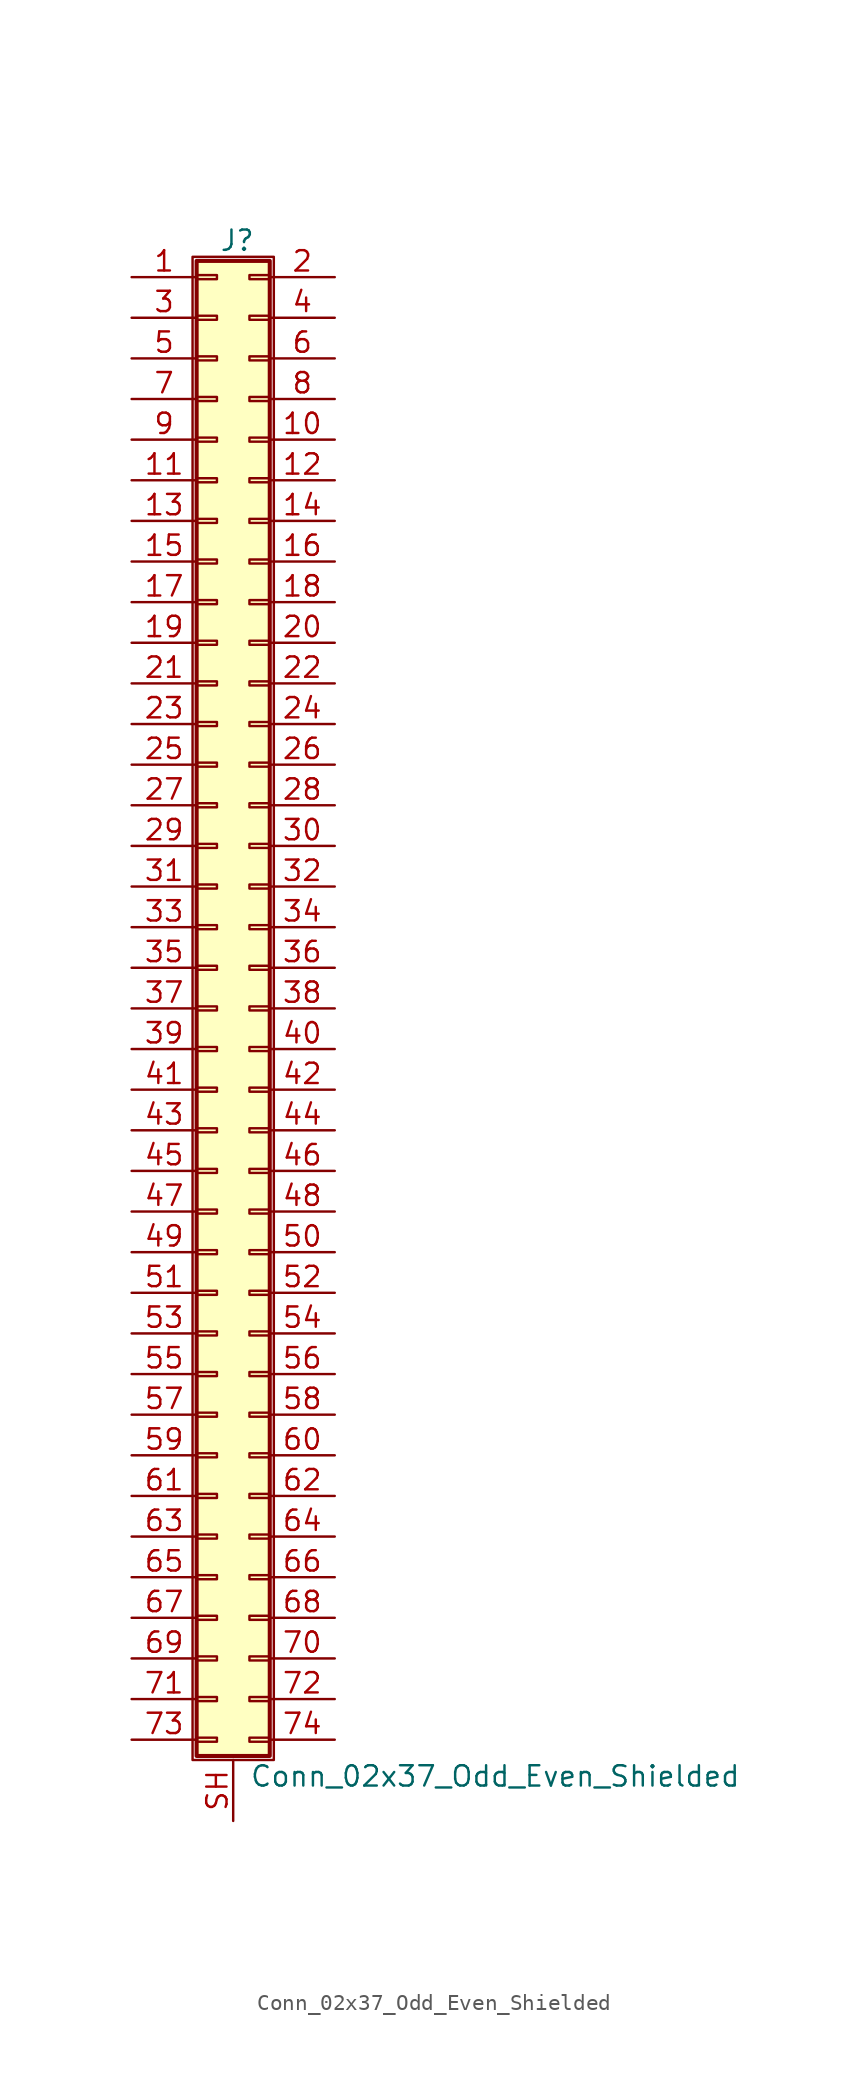
<source format=kicad_sym>
(kicad_symbol_lib
  (version 20211014)
  (generator kicad_symbol_editor)
  (symbol "Conn_02x37_Odd_Even_Shielded"
    (pin_names
      (offset 1.016) hide)
    (property "Reference" "J"
      (at 1.524 48.006 0)
      (effects (font (size 1.27 1.27))))
    (property "Value" "Conn_02x37_Odd_Even_Shielded"
      (at 2.286 -48.006 0)
      (effects (font (size 1.27 1.27)) (justify left)))
    (symbol "Conn_02x37_Odd_Even_Shielded_1_1"
      (rectangle (start -1.27 46.99) (end 3.81 -46.99) (stroke (width 0.152) (type default) (color 0 0 0 0)) (fill (type none)))
      (rectangle (start -1.016 -45.593) (end 0.254 -45.847) (stroke (width 0.152) (type default) (color 0 0 0 0)) (fill (type none)))
      (rectangle (start -1.016 -43.053) (end 0.254 -43.307) (stroke (width 0.152) (type default) (color 0 0 0 0)) (fill (type none)))
      (rectangle (start -1.016 -40.513) (end 0.254 -40.767) (stroke (width 0.152) (type default) (color 0 0 0 0)) (fill (type none)))
      (rectangle (start -1.016 -37.973) (end 0.254 -38.227) (stroke (width 0.152) (type default) (color 0 0 0 0)) (fill (type none)))
      (rectangle (start -1.016 -35.433) (end 0.254 -35.687) (stroke (width 0.152) (type default) (color 0 0 0 0)) (fill (type none)))
      (rectangle (start -1.016 -32.893) (end 0.254 -33.147) (stroke (width 0.152) (type default) (color 0 0 0 0)) (fill (type none)))
      (rectangle (start -1.016 -30.353) (end 0.254 -30.607) (stroke (width 0.152) (type default) (color 0 0 0 0)) (fill (type none)))
      (rectangle (start -1.016 -27.813) (end 0.254 -28.067) (stroke (width 0.152) (type default) (color 0 0 0 0)) (fill (type none)))
      (rectangle (start -1.016 -25.273) (end 0.254 -25.527) (stroke (width 0.152) (type default) (color 0 0 0 0)) (fill (type none)))
      (rectangle (start -1.016 -22.733) (end 0.254 -22.987) (stroke (width 0.152) (type default) (color 0 0 0 0)) (fill (type none)))
      (rectangle (start -1.016 -20.193) (end 0.254 -20.447) (stroke (width 0.152) (type default) (color 0 0 0 0)) (fill (type none)))
      (rectangle (start -1.016 -17.653) (end 0.254 -17.907) (stroke (width 0.152) (type default) (color 0 0 0 0)) (fill (type none)))
      (rectangle (start -1.016 -15.113) (end 0.254 -15.367) (stroke (width 0.152) (type default) (color 0 0 0 0)) (fill (type none)))
      (rectangle (start -1.016 -12.573) (end 0.254 -12.827) (stroke (width 0.152) (type default) (color 0 0 0 0)) (fill (type none)))
      (rectangle (start -1.016 -10.033) (end 0.254 -10.287) (stroke (width 0.152) (type default) (color 0 0 0 0)) (fill (type none)))
      (rectangle (start -1.016 -7.493) (end 0.254 -7.747) (stroke (width 0.152) (type default) (color 0 0 0 0)) (fill (type none)))
      (rectangle (start -1.016 -4.953) (end 0.254 -5.207) (stroke (width 0.152) (type default) (color 0 0 0 0)) (fill (type none)))
      (rectangle (start -1.016 -2.413) (end 0.254 -2.667) (stroke (width 0.152) (type default) (color 0 0 0 0)) (fill (type none)))
      (rectangle (start -1.016 0.127) (end 0.254 -0.127) (stroke (width 0.152) (type default) (color 0 0 0 0)) (fill (type none)))
      (rectangle (start -1.016 2.667) (end 0.254 2.413) (stroke (width 0.152) (type default) (color 0 0 0 0)) (fill (type none)))
      (rectangle (start -1.016 5.207) (end 0.254 4.953) (stroke (width 0.152) (type default) (color 0 0 0 0)) (fill (type none)))
      (rectangle (start -1.016 7.747) (end 0.254 7.493) (stroke (width 0.152) (type default) (color 0 0 0 0)) (fill (type none)))
      (rectangle (start -1.016 10.287) (end 0.254 10.033) (stroke (width 0.152) (type default) (color 0 0 0 0)) (fill (type none)))
      (rectangle (start -1.016 12.827) (end 0.254 12.573) (stroke (width 0.152) (type default) (color 0 0 0 0)) (fill (type none)))
      (rectangle (start -1.016 15.367) (end 0.254 15.113) (stroke (width 0.152) (type default) (color 0 0 0 0)) (fill (type none)))
      (rectangle (start -1.016 17.907) (end 0.254 17.653) (stroke (width 0.152) (type default) (color 0 0 0 0)) (fill (type none)))
      (rectangle (start -1.016 20.447) (end 0.254 20.193) (stroke (width 0.152) (type default) (color 0 0 0 0)) (fill (type none)))
      (rectangle (start -1.016 22.987) (end 0.254 22.733) (stroke (width 0.152) (type default) (color 0 0 0 0)) (fill (type none)))
      (rectangle (start -1.016 25.527) (end 0.254 25.273) (stroke (width 0.152) (type default) (color 0 0 0 0)) (fill (type none)))
      (rectangle (start -1.016 28.067) (end 0.254 27.813) (stroke (width 0.152) (type default) (color 0 0 0 0)) (fill (type none)))
      (rectangle (start -1.016 30.607) (end 0.254 30.353) (stroke (width 0.152) (type default) (color 0 0 0 0)) (fill (type none)))
      (rectangle (start -1.016 33.147) (end 0.254 32.893) (stroke (width 0.152) (type default) (color 0 0 0 0)) (fill (type none)))
      (rectangle (start -1.016 35.687) (end 0.254 35.433) (stroke (width 0.152) (type default) (color 0 0 0 0)) (fill (type none)))
      (rectangle (start -1.016 38.227) (end 0.254 37.973) (stroke (width 0.152) (type default) (color 0 0 0 0)) (fill (type none)))
      (rectangle (start -1.016 40.767) (end 0.254 40.513) (stroke (width 0.152) (type default) (color 0 0 0 0)) (fill (type none)))
      (rectangle (start -1.016 43.307) (end 0.254 43.053) (stroke (width 0.152) (type default) (color 0 0 0 0)) (fill (type none)))
      (rectangle (start -1.016 45.847) (end 0.254 45.593) (stroke (width 0.152) (type default) (color 0 0 0 0)) (fill (type none)))
      (rectangle (start -1.016 46.736) (end 3.556 -46.736) (stroke (width 0.254) (type default) (color 0 0 0 0)) (fill (type background)))
      (rectangle (start 3.556 -45.593) (end 2.286 -45.847) (stroke (width 0.152) (type default) (color 0 0 0 0)) (fill (type none)))
      (rectangle (start 3.556 -43.053) (end 2.286 -43.307) (stroke (width 0.152) (type default) (color 0 0 0 0)) (fill (type none)))
      (rectangle (start 3.556 -40.513) (end 2.286 -40.767) (stroke (width 0.152) (type default) (color 0 0 0 0)) (fill (type none)))
      (rectangle (start 3.556 -37.973) (end 2.286 -38.227) (stroke (width 0.152) (type default) (color 0 0 0 0)) (fill (type none)))
      (rectangle (start 3.556 -35.433) (end 2.286 -35.687) (stroke (width 0.152) (type default) (color 0 0 0 0)) (fill (type none)))
      (rectangle (start 3.556 -32.893) (end 2.286 -33.147) (stroke (width 0.152) (type default) (color 0 0 0 0)) (fill (type none)))
      (rectangle (start 3.556 -30.353) (end 2.286 -30.607) (stroke (width 0.152) (type default) (color 0 0 0 0)) (fill (type none)))
      (rectangle (start 3.556 -27.813) (end 2.286 -28.067) (stroke (width 0.152) (type default) (color 0 0 0 0)) (fill (type none)))
      (rectangle (start 3.556 -25.273) (end 2.286 -25.527) (stroke (width 0.152) (type default) (color 0 0 0 0)) (fill (type none)))
      (rectangle (start 3.556 -22.733) (end 2.286 -22.987) (stroke (width 0.152) (type default) (color 0 0 0 0)) (fill (type none)))
      (rectangle (start 3.556 -20.193) (end 2.286 -20.447) (stroke (width 0.152) (type default) (color 0 0 0 0)) (fill (type none)))
      (rectangle (start 3.556 -17.653) (end 2.286 -17.907) (stroke (width 0.152) (type default) (color 0 0 0 0)) (fill (type none)))
      (rectangle (start 3.556 -15.113) (end 2.286 -15.367) (stroke (width 0.152) (type default) (color 0 0 0 0)) (fill (type none)))
      (rectangle (start 3.556 -12.573) (end 2.286 -12.827) (stroke (width 0.152) (type default) (color 0 0 0 0)) (fill (type none)))
      (rectangle (start 3.556 -10.033) (end 2.286 -10.287) (stroke (width 0.152) (type default) (color 0 0 0 0)) (fill (type none)))
      (rectangle (start 3.556 -7.493) (end 2.286 -7.747) (stroke (width 0.152) (type default) (color 0 0 0 0)) (fill (type none)))
      (rectangle (start 3.556 -4.953) (end 2.286 -5.207) (stroke (width 0.152) (type default) (color 0 0 0 0)) (fill (type none)))
      (rectangle (start 3.556 -2.413) (end 2.286 -2.667) (stroke (width 0.152) (type default) (color 0 0 0 0)) (fill (type none)))
      (rectangle (start 3.556 0.127) (end 2.286 -0.127) (stroke (width 0.152) (type default) (color 0 0 0 0)) (fill (type none)))
      (rectangle (start 3.556 2.667) (end 2.286 2.413) (stroke (width 0.152) (type default) (color 0 0 0 0)) (fill (type none)))
      (rectangle (start 3.556 5.207) (end 2.286 4.953) (stroke (width 0.152) (type default) (color 0 0 0 0)) (fill (type none)))
      (rectangle (start 3.556 7.747) (end 2.286 7.493) (stroke (width 0.152) (type default) (color 0 0 0 0)) (fill (type none)))
      (rectangle (start 3.556 10.287) (end 2.286 10.033) (stroke (width 0.152) (type default) (color 0 0 0 0)) (fill (type none)))
      (rectangle (start 3.556 12.827) (end 2.286 12.573) (stroke (width 0.152) (type default) (color 0 0 0 0)) (fill (type none)))
      (rectangle (start 3.556 15.367) (end 2.286 15.113) (stroke (width 0.152) (type default) (color 0 0 0 0)) (fill (type none)))
      (rectangle (start 3.556 17.907) (end 2.286 17.653) (stroke (width 0.152) (type default) (color 0 0 0 0)) (fill (type none)))
      (rectangle (start 3.556 20.447) (end 2.286 20.193) (stroke (width 0.152) (type default) (color 0 0 0 0)) (fill (type none)))
      (rectangle (start 3.556 22.987) (end 2.286 22.733) (stroke (width 0.152) (type default) (color 0 0 0 0)) (fill (type none)))
      (rectangle (start 3.556 25.527) (end 2.286 25.273) (stroke (width 0.152) (type default) (color 0 0 0 0)) (fill (type none)))
      (rectangle (start 3.556 28.067) (end 2.286 27.813) (stroke (width 0.152) (type default) (color 0 0 0 0)) (fill (type none)))
      (rectangle (start 3.556 30.607) (end 2.286 30.353) (stroke (width 0.152) (type default) (color 0 0 0 0)) (fill (type none)))
      (rectangle (start 3.556 33.147) (end 2.286 32.893) (stroke (width 0.152) (type default) (color 0 0 0 0)) (fill (type none)))
      (rectangle (start 3.556 35.687) (end 2.286 35.433) (stroke (width 0.152) (type default) (color 0 0 0 0)) (fill (type none)))
      (rectangle (start 3.556 38.227) (end 2.286 37.973) (stroke (width 0.152) (type default) (color 0 0 0 0)) (fill (type none)))
      (rectangle (start 3.556 40.767) (end 2.286 40.513) (stroke (width 0.152) (type default) (color 0 0 0 0)) (fill (type none)))
      (rectangle (start 3.556 43.307) (end 2.286 43.053) (stroke (width 0.152) (type default) (color 0 0 0 0)) (fill (type none)))
      (rectangle (start 3.556 45.847) (end 2.286 45.593) (stroke (width 0.152) (type default) (color 0 0 0 0)) (fill (type none)))
      (pin passive line (at -5.08 45.72 0) (length 4.064) (name "Pin_1" (effects (font (size 1.27 1.27)))) (number "1" (effects (font (size 1.27 1.27)))))
      (pin passive line (at 7.62 35.56 180) (length 4.064) (name "Pin_10" (effects (font (size 1.27 1.27)))) (number "10" (effects (font (size 1.27 1.27)))))
      (pin passive line (at -5.08 33.02 0) (length 4.064) (name "Pin_11" (effects (font (size 1.27 1.27)))) (number "11" (effects (font (size 1.27 1.27)))))
      (pin passive line (at 7.62 33.02 180) (length 4.064) (name "Pin_12" (effects (font (size 1.27 1.27)))) (number "12" (effects (font (size 1.27 1.27)))))
      (pin passive line (at -5.08 30.48 0) (length 4.064) (name "Pin_13" (effects (font (size 1.27 1.27)))) (number "13" (effects (font (size 1.27 1.27)))))
      (pin passive line (at 7.62 30.48 180) (length 4.064) (name "Pin_14" (effects (font (size 1.27 1.27)))) (number "14" (effects (font (size 1.27 1.27)))))
      (pin passive line (at -5.08 27.94 0) (length 4.064) (name "Pin_15" (effects (font (size 1.27 1.27)))) (number "15" (effects (font (size 1.27 1.27)))))
      (pin passive line (at 7.62 27.94 180) (length 4.064) (name "Pin_16" (effects (font (size 1.27 1.27)))) (number "16" (effects (font (size 1.27 1.27)))))
      (pin passive line (at -5.08 25.4 0) (length 4.064) (name "Pin_17" (effects (font (size 1.27 1.27)))) (number "17" (effects (font (size 1.27 1.27)))))
      (pin passive line (at 7.62 25.4 180) (length 4.064) (name "Pin_18" (effects (font (size 1.27 1.27)))) (number "18" (effects (font (size 1.27 1.27)))))
      (pin passive line (at -5.08 22.86 0) (length 4.064) (name "Pin_19" (effects (font (size 1.27 1.27)))) (number "19" (effects (font (size 1.27 1.27)))))
      (pin passive line (at 7.62 45.72 180) (length 4.064) (name "Pin_2" (effects (font (size 1.27 1.27)))) (number "2" (effects (font (size 1.27 1.27)))))
      (pin passive line (at 7.62 22.86 180) (length 4.064) (name "Pin_20" (effects (font (size 1.27 1.27)))) (number "20" (effects (font (size 1.27 1.27)))))
      (pin passive line (at -5.08 20.32 0) (length 4.064) (name "Pin_21" (effects (font (size 1.27 1.27)))) (number "21" (effects (font (size 1.27 1.27)))))
      (pin passive line (at 7.62 20.32 180) (length 4.064) (name "Pin_22" (effects (font (size 1.27 1.27)))) (number "22" (effects (font (size 1.27 1.27)))))
      (pin passive line (at -5.08 17.78 0) (length 4.064) (name "Pin_23" (effects (font (size 1.27 1.27)))) (number "23" (effects (font (size 1.27 1.27)))))
      (pin passive line (at 7.62 17.78 180) (length 4.064) (name "Pin_24" (effects (font (size 1.27 1.27)))) (number "24" (effects (font (size 1.27 1.27)))))
      (pin passive line (at -5.08 15.24 0) (length 4.064) (name "Pin_25" (effects (font (size 1.27 1.27)))) (number "25" (effects (font (size 1.27 1.27)))))
      (pin passive line (at 7.62 15.24 180) (length 4.064) (name "Pin_26" (effects (font (size 1.27 1.27)))) (number "26" (effects (font (size 1.27 1.27)))))
      (pin passive line (at -5.08 12.7 0) (length 4.064) (name "Pin_27" (effects (font (size 1.27 1.27)))) (number "27" (effects (font (size 1.27 1.27)))))
      (pin passive line (at 7.62 12.7 180) (length 4.064) (name "Pin_28" (effects (font (size 1.27 1.27)))) (number "28" (effects (font (size 1.27 1.27)))))
      (pin passive line (at -5.08 10.16 0) (length 4.064) (name "Pin_29" (effects (font (size 1.27 1.27)))) (number "29" (effects (font (size 1.27 1.27)))))
      (pin passive line (at -5.08 43.18 0) (length 4.064) (name "Pin_3" (effects (font (size 1.27 1.27)))) (number "3" (effects (font (size 1.27 1.27)))))
      (pin passive line (at 7.62 10.16 180) (length 4.064) (name "Pin_30" (effects (font (size 1.27 1.27)))) (number "30" (effects (font (size 1.27 1.27)))))
      (pin passive line (at -5.08 7.62 0) (length 4.064) (name "Pin_31" (effects (font (size 1.27 1.27)))) (number "31" (effects (font (size 1.27 1.27)))))
      (pin passive line (at 7.62 7.62 180) (length 4.064) (name "Pin_32" (effects (font (size 1.27 1.27)))) (number "32" (effects (font (size 1.27 1.27)))))
      (pin passive line (at -5.08 5.08 0) (length 4.064) (name "Pin_33" (effects (font (size 1.27 1.27)))) (number "33" (effects (font (size 1.27 1.27)))))
      (pin passive line (at 7.62 5.08 180) (length 4.064) (name "Pin_34" (effects (font (size 1.27 1.27)))) (number "34" (effects (font (size 1.27 1.27)))))
      (pin passive line (at -5.08 2.54 0) (length 4.064) (name "Pin_35" (effects (font (size 1.27 1.27)))) (number "35" (effects (font (size 1.27 1.27)))))
      (pin passive line (at 7.62 2.54 180) (length 4.064) (name "Pin_36" (effects (font (size 1.27 1.27)))) (number "36" (effects (font (size 1.27 1.27)))))
      (pin passive line (at -5.08 0 0) (length 4.064) (name "Pin_37" (effects (font (size 1.27 1.27)))) (number "37" (effects (font (size 1.27 1.27)))))
      (pin passive line (at 7.62 0 180) (length 4.064) (name "Pin_38" (effects (font (size 1.27 1.27)))) (number "38" (effects (font (size 1.27 1.27)))))
      (pin passive line (at -5.08 -2.54 0) (length 4.064) (name "Pin_39" (effects (font (size 1.27 1.27)))) (number "39" (effects (font (size 1.27 1.27)))))
      (pin passive line (at 7.62 43.18 180) (length 4.064) (name "Pin_4" (effects (font (size 1.27 1.27)))) (number "4" (effects (font (size 1.27 1.27)))))
      (pin passive line (at 7.62 -2.54 180) (length 4.064) (name "Pin_40" (effects (font (size 1.27 1.27)))) (number "40" (effects (font (size 1.27 1.27)))))
      (pin passive line (at -5.08 -5.08 0) (length 4.064) (name "Pin_41" (effects (font (size 1.27 1.27)))) (number "41" (effects (font (size 1.27 1.27)))))
      (pin passive line (at 7.62 -5.08 180) (length 4.064) (name "Pin_42" (effects (font (size 1.27 1.27)))) (number "42" (effects (font (size 1.27 1.27)))))
      (pin passive line (at -5.08 -7.62 0) (length 4.064) (name "Pin_43" (effects (font (size 1.27 1.27)))) (number "43" (effects (font (size 1.27 1.27)))))
      (pin passive line (at 7.62 -7.62 180) (length 4.064) (name "Pin_44" (effects (font (size 1.27 1.27)))) (number "44" (effects (font (size 1.27 1.27)))))
      (pin passive line (at -5.08 -10.16 0) (length 4.064) (name "Pin_45" (effects (font (size 1.27 1.27)))) (number "45" (effects (font (size 1.27 1.27)))))
      (pin passive line (at 7.62 -10.16 180) (length 4.064) (name "Pin_46" (effects (font (size 1.27 1.27)))) (number "46" (effects (font (size 1.27 1.27)))))
      (pin passive line (at -5.08 -12.7 0) (length 4.064) (name "Pin_47" (effects (font (size 1.27 1.27)))) (number "47" (effects (font (size 1.27 1.27)))))
      (pin passive line (at 7.62 -12.7 180) (length 4.064) (name "Pin_48" (effects (font (size 1.27 1.27)))) (number "48" (effects (font (size 1.27 1.27)))))
      (pin passive line (at -5.08 -15.24 0) (length 4.064) (name "Pin_49" (effects (font (size 1.27 1.27)))) (number "49" (effects (font (size 1.27 1.27)))))
      (pin passive line (at -5.08 40.64 0) (length 4.064) (name "Pin_5" (effects (font (size 1.27 1.27)))) (number "5" (effects (font (size 1.27 1.27)))))
      (pin passive line (at 7.62 -15.24 180) (length 4.064) (name "Pin_50" (effects (font (size 1.27 1.27)))) (number "50" (effects (font (size 1.27 1.27)))))
      (pin passive line (at -5.08 -17.78 0) (length 4.064) (name "Pin_51" (effects (font (size 1.27 1.27)))) (number "51" (effects (font (size 1.27 1.27)))))
      (pin passive line (at 7.62 -17.78 180) (length 4.064) (name "Pin_52" (effects (font (size 1.27 1.27)))) (number "52" (effects (font (size 1.27 1.27)))))
      (pin passive line (at -5.08 -20.32 0) (length 4.064) (name "Pin_53" (effects (font (size 1.27 1.27)))) (number "53" (effects (font (size 1.27 1.27)))))
      (pin passive line (at 7.62 -20.32 180) (length 4.064) (name "Pin_54" (effects (font (size 1.27 1.27)))) (number "54" (effects (font (size 1.27 1.27)))))
      (pin passive line (at -5.08 -22.86 0) (length 4.064) (name "Pin_55" (effects (font (size 1.27 1.27)))) (number "55" (effects (font (size 1.27 1.27)))))
      (pin passive line (at 7.62 -22.86 180) (length 4.064) (name "Pin_56" (effects (font (size 1.27 1.27)))) (number "56" (effects (font (size 1.27 1.27)))))
      (pin passive line (at -5.08 -25.4 0) (length 4.064) (name "Pin_57" (effects (font (size 1.27 1.27)))) (number "57" (effects (font (size 1.27 1.27)))))
      (pin passive line (at 7.62 -25.4 180) (length 4.064) (name "Pin_58" (effects (font (size 1.27 1.27)))) (number "58" (effects (font (size 1.27 1.27)))))
      (pin passive line (at -5.08 -27.94 0) (length 4.064) (name "Pin_59" (effects (font (size 1.27 1.27)))) (number "59" (effects (font (size 1.27 1.27)))))
      (pin passive line (at 7.62 40.64 180) (length 4.064) (name "Pin_6" (effects (font (size 1.27 1.27)))) (number "6" (effects (font (size 1.27 1.27)))))
      (pin passive line (at 7.62 -27.94 180) (length 4.064) (name "Pin_60" (effects (font (size 1.27 1.27)))) (number "60" (effects (font (size 1.27 1.27)))))
      (pin passive line (at -5.08 -30.48 0) (length 4.064) (name "Pin_61" (effects (font (size 1.27 1.27)))) (number "61" (effects (font (size 1.27 1.27)))))
      (pin passive line (at 7.62 -30.48 180) (length 4.064) (name "Pin_62" (effects (font (size 1.27 1.27)))) (number "62" (effects (font (size 1.27 1.27)))))
      (pin passive line (at -5.08 -33.02 0) (length 4.064) (name "Pin_63" (effects (font (size 1.27 1.27)))) (number "63" (effects (font (size 1.27 1.27)))))
      (pin passive line (at 7.62 -33.02 180) (length 4.064) (name "Pin_64" (effects (font (size 1.27 1.27)))) (number "64" (effects (font (size 1.27 1.27)))))
      (pin passive line (at -5.08 -35.56 0) (length 4.064) (name "Pin_65" (effects (font (size 1.27 1.27)))) (number "65" (effects (font (size 1.27 1.27)))))
      (pin passive line (at 7.62 -35.56 180) (length 4.064) (name "Pin_66" (effects (font (size 1.27 1.27)))) (number "66" (effects (font (size 1.27 1.27)))))
      (pin passive line (at -5.08 -38.1 0) (length 4.064) (name "Pin_67" (effects (font (size 1.27 1.27)))) (number "67" (effects (font (size 1.27 1.27)))))
      (pin passive line (at 7.62 -38.1 180) (length 4.064) (name "Pin_68" (effects (font (size 1.27 1.27)))) (number "68" (effects (font (size 1.27 1.27)))))
      (pin passive line (at -5.08 -40.64 0) (length 4.064) (name "Pin_69" (effects (font (size 1.27 1.27)))) (number "69" (effects (font (size 1.27 1.27)))))
      (pin passive line (at -5.08 38.1 0) (length 4.064) (name "Pin_7" (effects (font (size 1.27 1.27)))) (number "7" (effects (font (size 1.27 1.27)))))
      (pin passive line (at 7.62 -40.64 180) (length 4.064) (name "Pin_70" (effects (font (size 1.27 1.27)))) (number "70" (effects (font (size 1.27 1.27)))))
      (pin passive line (at -5.08 -43.18 0) (length 4.064) (name "Pin_71" (effects (font (size 1.27 1.27)))) (number "71" (effects (font (size 1.27 1.27)))))
      (pin passive line (at 7.62 -43.18 180) (length 4.064) (name "Pin_72" (effects (font (size 1.27 1.27)))) (number "72" (effects (font (size 1.27 1.27)))))
      (pin passive line (at -5.08 -45.72 0) (length 4.064) (name "Pin_73" (effects (font (size 1.27 1.27)))) (number "73" (effects (font (size 1.27 1.27)))))
      (pin passive line (at 7.62 -45.72 180) (length 4.064) (name "Pin_74" (effects (font (size 1.27 1.27)))) (number "74" (effects (font (size 1.27 1.27)))))
      (pin passive line (at 7.62 38.1 180) (length 4.064) (name "Pin_8" (effects (font (size 1.27 1.27)))) (number "8" (effects (font (size 1.27 1.27)))))
      (pin passive line (at -5.08 35.56 0) (length 4.064) (name "Pin_9" (effects (font (size 1.27 1.27)))) (number "9" (effects (font (size 1.27 1.27)))))
      (pin passive line (at 1.27 -50.8 90) (length 3.81) (name "Shield" (effects (font (size 1.27 1.27)))) (number "SH" (effects (font (size 1.27 1.27))))))))
</source>
